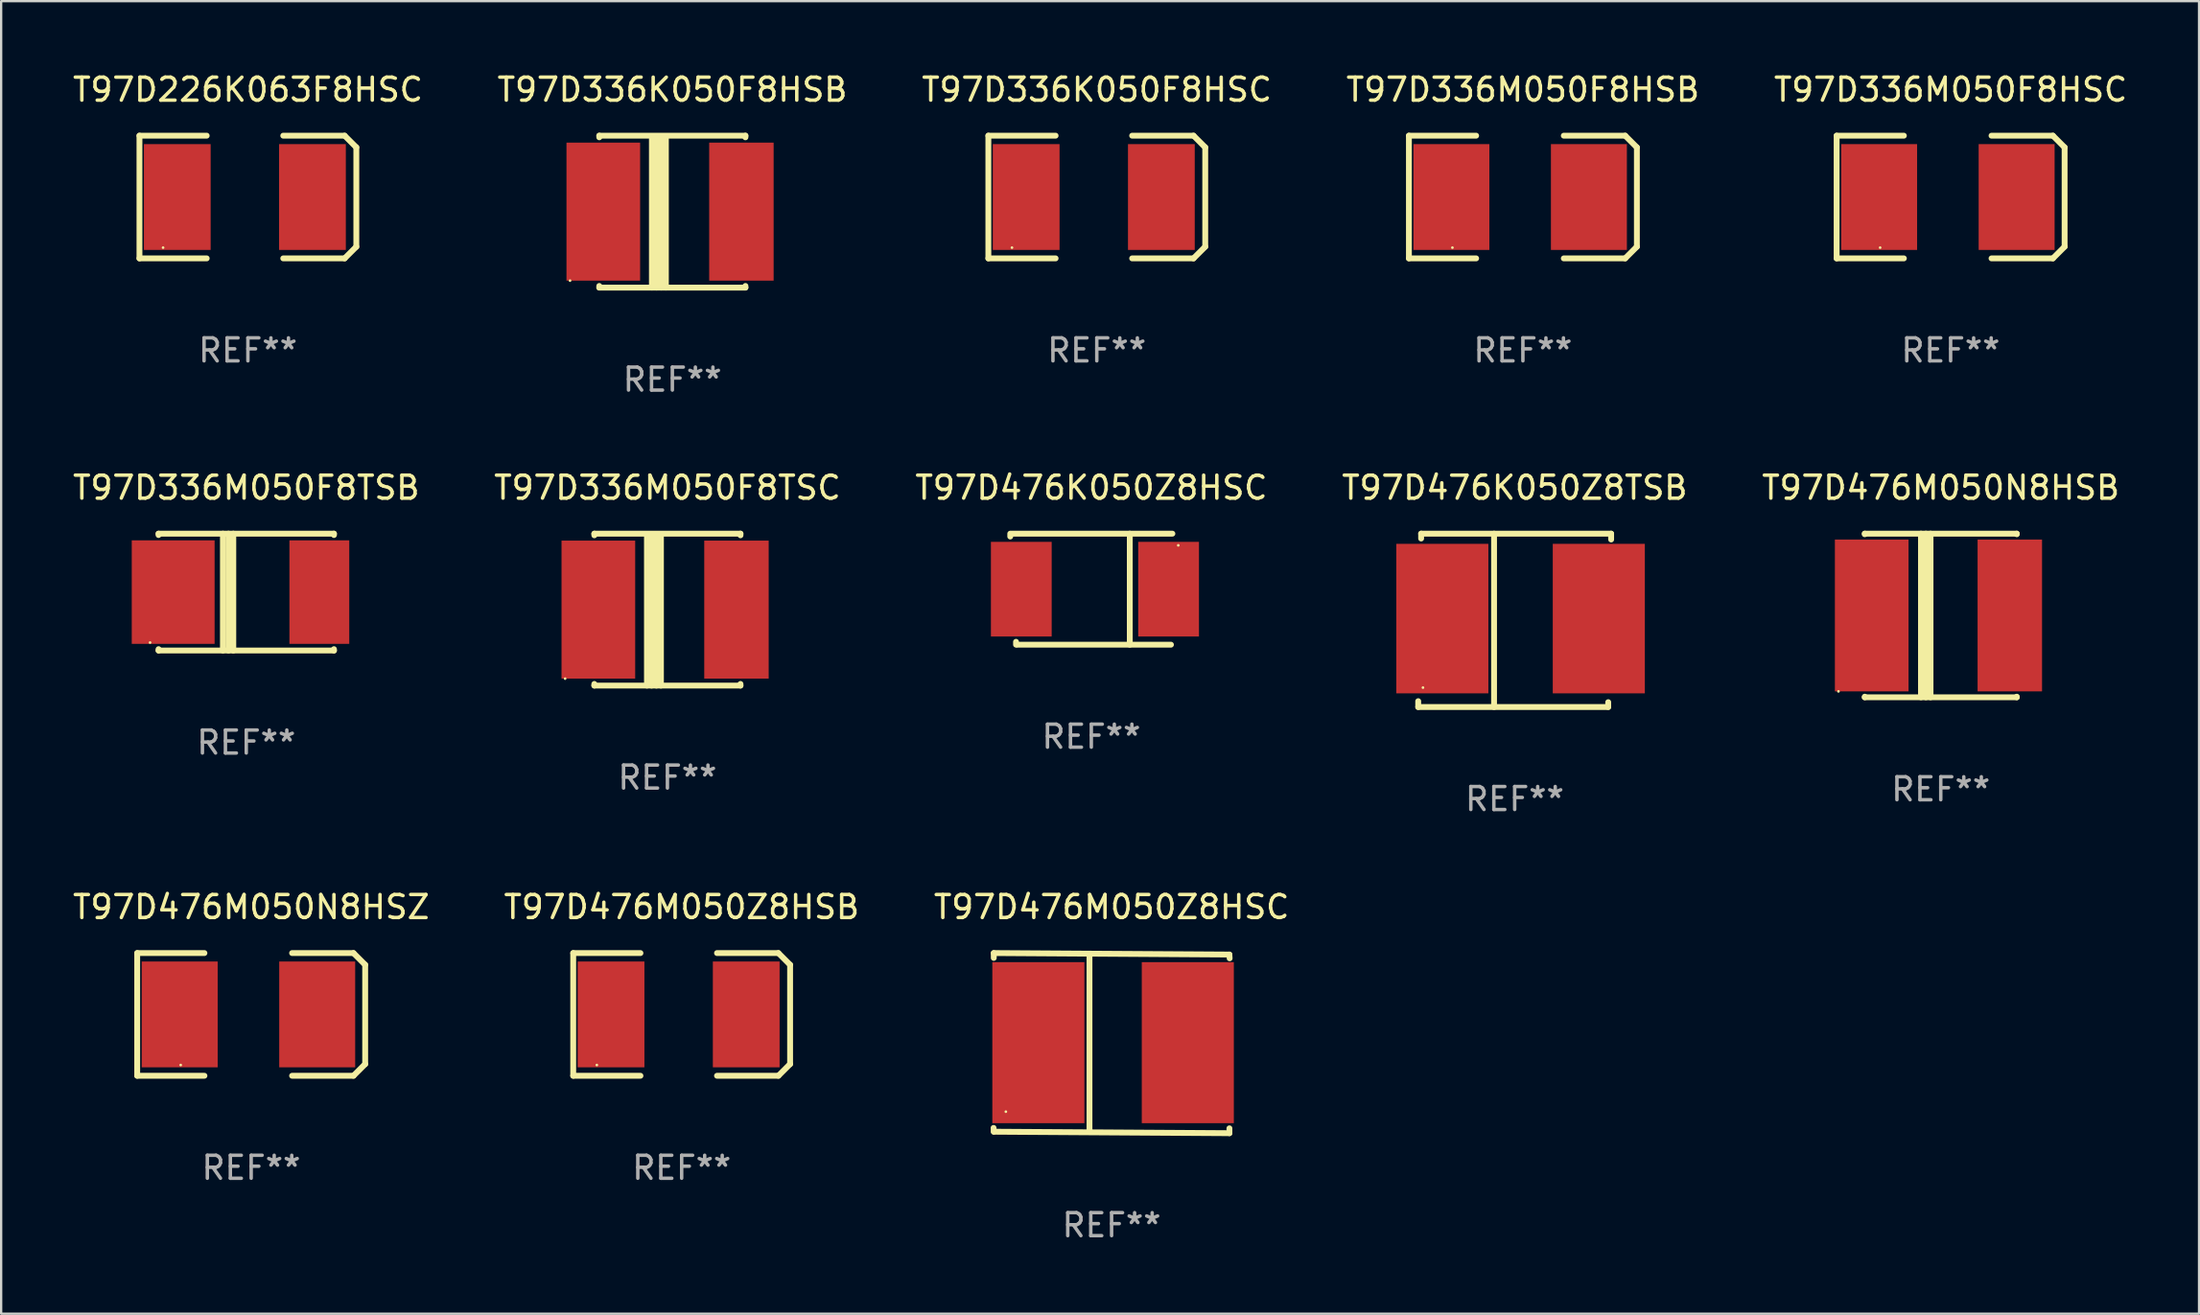
<source format=kicad_pcb>
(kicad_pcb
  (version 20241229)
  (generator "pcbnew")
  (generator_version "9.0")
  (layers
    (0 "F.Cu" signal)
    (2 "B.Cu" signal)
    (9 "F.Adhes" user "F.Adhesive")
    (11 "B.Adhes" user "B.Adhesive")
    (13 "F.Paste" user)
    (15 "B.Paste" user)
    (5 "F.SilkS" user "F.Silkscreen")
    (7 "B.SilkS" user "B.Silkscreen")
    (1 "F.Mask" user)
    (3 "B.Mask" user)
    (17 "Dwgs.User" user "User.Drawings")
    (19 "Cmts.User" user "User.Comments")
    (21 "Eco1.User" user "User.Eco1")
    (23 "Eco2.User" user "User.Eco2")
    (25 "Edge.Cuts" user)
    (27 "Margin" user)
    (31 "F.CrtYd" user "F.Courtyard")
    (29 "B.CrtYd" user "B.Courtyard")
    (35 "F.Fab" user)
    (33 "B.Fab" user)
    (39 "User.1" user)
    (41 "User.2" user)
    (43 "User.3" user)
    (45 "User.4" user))
  (footprint "T97D336K050F8HSB"
    (layer "F.Cu")
    (at 26.161 6.15)
    (property "Reference" "T97D336K050F8HSB" (at 0 -5.302 0) (layer "F.SilkS") (effects (font (size 1 1) (thickness 0.15))))
    (attr through_hole)
    (fp_line (start -3.175 -3.231) (end -3.175 -3.302) (stroke (width 0.254) (type solid)) (layer "F.SilkS"))
    (fp_line (start -3.175 3.302) (end -3.175 3.231) (stroke (width 0.254) (type solid)) (layer "F.SilkS"))
    (fp_line (start -3.175 3.302) (end 3.175 3.302) (stroke (width 0.254) (type solid)) (layer "F.SilkS"))
    (fp_line (start -0.889 -3.175) (end -0.889 3.302) (stroke (width 0.254) (type solid)) (layer "F.SilkS"))
    (fp_line (start -0.688 -3.175) (end -0.688 3.302) (stroke (width 0.254) (type solid)) (layer "F.SilkS"))
    (fp_line (start -0.478 -3.175) (end -0.478 3.302) (stroke (width 0.254) (type solid)) (layer "F.SilkS"))
    (fp_line (start -0.281 -3.175) (end -0.281 3.302) (stroke (width 0.254) (type solid)) (layer "F.SilkS"))
    (fp_line (start 3.175 -3.302) (end -3.175 -3.302) (stroke (width 0.254) (type solid)) (layer "F.SilkS"))
    (fp_line (start 3.175 -3.302) (end 3.175 -3.231) (stroke (width 0.254) (type solid)) (layer "F.SilkS"))
    (fp_line (start 3.175 3.231) (end 3.175 3.302) (stroke (width 0.254) (type solid)) (layer "F.SilkS"))
    (fp_circle (center -4.445 3) (end -4.415 3) (stroke (width 0.06) (type solid)) (fill no) (layer "F.SilkS"))
    (fp_text user "REF**" (at 0 7.302 0) (layer "F.Fab") (effects (font (size 1 1) (thickness 0.15))))
    (pad "1" smd rect (at -3 0) (size 3.2 6) (layers "F.Cu" "F.Mask" "F.Paste"))
    (pad "2" smd rect (at 3 0) (size 2.8 6) (layers "F.Cu" "F.Mask" "F.Paste")))
  (footprint "T97D476M050Z8HSC"
    (layer "F.Cu")
    (at 45.244 42.296)
    (property "Reference" "T97D476M050Z8HSC" (at 0 -5.915 0) (layer "F.SilkS") (effects (font (size 1 1) (thickness 0.15))))
    (attr through_hole)
    (fp_line (start -5.119 -3.915) (end 5.117 -3.851) (stroke (width 0.254) (type solid)) (layer "F.SilkS"))
    (fp_line (start -5.119 -3.704) (end -5.119 -3.915) (stroke (width 0.254) (type solid)) (layer "F.SilkS"))
    (fp_line (start -5.117 3.851) (end -5.128 3.686) (stroke (width 0.254) (type solid)) (layer "F.SilkS"))
    (fp_line (start -0.961 -3.801) (end -0.961 3.824) (stroke (width 0.254) (type solid)) (layer "F.SilkS"))
    (fp_line (start 5.117 -3.851) (end 5.128 -3.686) (stroke (width 0.254) (type solid)) (layer "F.SilkS"))
    (fp_line (start 5.119 3.704) (end 5.119 3.915) (stroke (width 0.254) (type solid)) (layer "F.SilkS"))
    (fp_line (start 5.119 3.915) (end -5.117 3.851) (stroke (width 0.254) (type solid)) (layer "F.SilkS"))
    (fp_circle (center -4.594 2.98) (end -4.564 2.98) (stroke (width 0.06) (type solid)) (fill no) (layer "F.SilkS"))
    (fp_text user "REF**" (at 0 7.915 0) (layer "F.Fab") (effects (font (size 1 1) (thickness 0.15))))
    (pad "1" smd rect (at -3.182 -0.02) (size 4 7) (layers "F.Cu" "F.Mask" "F.Paste"))
    (pad "2" smd rect (at 3.311 -0.02) (size 4 7) (layers "F.Cu" "F.Mask" "F.Paste")))
  (footprint "T97D336M050F8TSB"
    (layer "F.Cu")
    (at 7.649 22.689)
    (property "Reference" "T97D336M050F8TSB" (at 0 -4.54 0) (layer "F.SilkS") (effects (font (size 1 1) (thickness 0.15))))
    (attr through_hole)
    (fp_line (start -3.81 -2.54) (end -3.81 -2.481) (stroke (width 0.254) (type solid)) (layer "F.SilkS"))
    (fp_line (start -3.81 -2.54) (end 3.81 -2.54) (stroke (width 0.254) (type solid)) (layer "F.SilkS"))
    (fp_line (start -3.81 2.481) (end -3.81 2.54) (stroke (width 0.254) (type solid)) (layer "F.SilkS"))
    (fp_line (start -3.81 2.54) (end 3.81 2.54) (stroke (width 0.254) (type solid)) (layer "F.SilkS"))
    (fp_line (start -1.014 -2.54) (end -1.014 2.54) (stroke (width 0.254) (type solid)) (layer "F.SilkS"))
    (fp_line (start -0.774 -2.54) (end -0.774 2.54) (stroke (width 0.254) (type solid)) (layer "F.SilkS"))
    (fp_line (start -0.563 -2.54) (end -0.563 2.54) (stroke (width 0.254) (type solid)) (layer "F.SilkS"))
    (fp_line (start 3.81 -2.481) (end 3.81 -2.54) (stroke (width 0.254) (type solid)) (layer "F.SilkS"))
    (fp_line (start 3.81 2.54) (end 3.81 2.481) (stroke (width 0.254) (type solid)) (layer "F.SilkS"))
    (fp_circle (center -4.179 2.194) (end -4.149 2.194) (stroke (width 0.06) (type solid)) (fill no) (layer "F.SilkS"))
    (fp_text user "REF**" (at 0 6.54 0) (layer "F.Fab") (effects (font (size 1 1) (thickness 0.15))))
    (pad "1" smd rect (at -3.175 0.000076) (size 3.6 4.5) (layers "F.Cu" "F.Mask" "F.Paste"))
    (pad "2" smd rect (at 3.175 0.000076) (size 2.6 4.5) (layers "F.Cu" "F.Mask" "F.Paste")))
  (footprint "T97D336K050F8HSC"
    (layer "F.Cu")
    (at 44.601 5.515)
    (property "Reference" "T97D336K050F8HSC" (at 0 -4.667 0) (layer "F.SilkS") (effects (font (size 1 1) (thickness 0.15))))
    (attr through_hole)
    (fp_line (start -4.711 -2.667) (end -4.711 2.667) (stroke (width 0.254) (type solid)) (layer "F.SilkS"))
    (fp_line (start -4.711 -2.667) (end -1.79 -2.667) (stroke (width 0.254) (type solid)) (layer "F.SilkS"))
    (fp_line (start -4.711 2.667) (end -1.79 2.667) (stroke (width 0.254) (type solid)) (layer "F.SilkS"))
    (fp_line (start 4.203 -2.667) (end 1.536 -2.667) (stroke (width 0.254) (type solid)) (layer "F.SilkS"))
    (fp_line (start 4.203 2.667) (end 1.536 2.667) (stroke (width 0.254) (type solid)) (layer "F.SilkS"))
    (fp_line (start 4.203 2.667) (end 4.711 2.159) (stroke (width 0.254) (type solid)) (layer "F.SilkS"))
    (fp_line (start 4.711 -2.159) (end 4.203 -2.667) (stroke (width 0.254) (type solid)) (layer "F.SilkS"))
    (fp_line (start 4.711 2.159) (end 4.711 -2.159) (stroke (width 0.254) (type solid)) (layer "F.SilkS"))
    (fp_circle (center -3.685 2.2) (end -3.655 2.2) (stroke (width 0.06) (type solid)) (fill no) (layer "F.SilkS"))
    (fp_text user "REF**" (at 0 6.667 0) (layer "F.Fab") (effects (font (size 1 1) (thickness 0.15))))
    (pad "1" smd rect (at -3.068 0) (size 2.9 4.6) (layers "F.Cu" "F.Mask" "F.Paste"))
    (pad "2" smd rect (at 2.805 0) (size 2.9 4.6) (layers "F.Cu" "F.Mask" "F.Paste")))
  (footprint "T97D476M050Z8HSB"
    (layer "F.Cu")
    (at 26.565 41.048)
    (property "Reference" "T97D476M050Z8HSB" (at 0 -4.667 0) (layer "F.SilkS") (effects (font (size 1 1) (thickness 0.15))))
    (attr through_hole)
    (fp_line (start -4.711 -2.667) (end -4.711 2.667) (stroke (width 0.254) (type solid)) (layer "F.SilkS"))
    (fp_line (start -4.711 -2.667) (end -1.79 -2.667) (stroke (width 0.254) (type solid)) (layer "F.SilkS"))
    (fp_line (start -4.711 2.667) (end -1.79 2.667) (stroke (width 0.254) (type solid)) (layer "F.SilkS"))
    (fp_line (start 4.203 -2.667) (end 1.536 -2.667) (stroke (width 0.254) (type solid)) (layer "F.SilkS"))
    (fp_line (start 4.203 2.667) (end 1.536 2.667) (stroke (width 0.254) (type solid)) (layer "F.SilkS"))
    (fp_line (start 4.203 2.667) (end 4.711 2.159) (stroke (width 0.254) (type solid)) (layer "F.SilkS"))
    (fp_line (start 4.711 -2.159) (end 4.203 -2.667) (stroke (width 0.254) (type solid)) (layer "F.SilkS"))
    (fp_line (start 4.711 2.159) (end 4.711 -2.159) (stroke (width 0.254) (type solid)) (layer "F.SilkS"))
    (fp_circle (center -3.685 2.2) (end -3.655 2.2) (stroke (width 0.06) (type solid)) (fill no) (layer "F.SilkS"))
    (fp_text user "REF**" (at 0 6.667 0) (layer "F.Fab") (effects (font (size 1 1) (thickness 0.15))))
    (pad "1" smd rect (at -3.068 0) (size 2.9 4.6) (layers "F.Cu" "F.Mask" "F.Paste"))
    (pad "2" smd rect (at 2.805 0) (size 2.9 4.6) (layers "F.Cu" "F.Mask" "F.Paste")))
  (footprint "T97D336M050F8TSC"
    (layer "F.Cu")
    (at 25.946 23.451)
    (property "Reference" "T97D336M050F8TSC" (at 0 -5.302 0) (layer "F.SilkS") (effects (font (size 1 1) (thickness 0.15))))
    (attr through_hole)
    (fp_line (start -3.175 -3.231) (end -3.175 -3.302) (stroke (width 0.254) (type solid)) (layer "F.SilkS"))
    (fp_line (start -3.175 3.302) (end -3.175 3.231) (stroke (width 0.254) (type solid)) (layer "F.SilkS"))
    (fp_line (start -3.175 3.302) (end 3.175 3.302) (stroke (width 0.254) (type solid)) (layer "F.SilkS"))
    (fp_line (start -0.889 -3.175) (end -0.889 3.302) (stroke (width 0.254) (type solid)) (layer "F.SilkS"))
    (fp_line (start -0.688 -3.175) (end -0.688 3.302) (stroke (width 0.254) (type solid)) (layer "F.SilkS"))
    (fp_line (start -0.478 -3.175) (end -0.478 3.302) (stroke (width 0.254) (type solid)) (layer "F.SilkS"))
    (fp_line (start -0.281 -3.175) (end -0.281 3.302) (stroke (width 0.254) (type solid)) (layer "F.SilkS"))
    (fp_line (start 3.175 -3.302) (end -3.175 -3.302) (stroke (width 0.254) (type solid)) (layer "F.SilkS"))
    (fp_line (start 3.175 -3.302) (end 3.175 -3.231) (stroke (width 0.254) (type solid)) (layer "F.SilkS"))
    (fp_line (start 3.175 3.231) (end 3.175 3.302) (stroke (width 0.254) (type solid)) (layer "F.SilkS"))
    (fp_circle (center -4.445 3) (end -4.415 3) (stroke (width 0.06) (type solid)) (fill no) (layer "F.SilkS"))
    (fp_text user "REF**" (at 0 7.302 0) (layer "F.Fab") (effects (font (size 1 1) (thickness 0.15))))
    (pad "1" smd rect (at -3 0) (size 3.2 6) (layers "F.Cu" "F.Mask" "F.Paste"))
    (pad "2" smd rect (at 3 0) (size 2.8 6) (layers "F.Cu" "F.Mask" "F.Paste")))
  (footprint "T97D336M050F8HSC"
    (layer "F.Cu")
    (at 81.696 5.515)
    (property "Reference" "T97D336M050F8HSC" (at 0 -4.667 0) (layer "F.SilkS") (effects (font (size 1 1) (thickness 0.15))))
    (attr through_hole)
    (fp_line (start -4.952 -2.667) (end -4.952 2.667) (stroke (width 0.254) (type solid)) (layer "F.SilkS"))
    (fp_line (start -4.952 -2.667) (end -2.031 -2.667) (stroke (width 0.254) (type solid)) (layer "F.SilkS"))
    (fp_line (start -4.952 2.667) (end -2.031 2.667) (stroke (width 0.254) (type solid)) (layer "F.SilkS"))
    (fp_line (start 4.444 -2.667) (end 1.777 -2.667) (stroke (width 0.254) (type solid)) (layer "F.SilkS"))
    (fp_line (start 4.444 2.667) (end 1.777 2.667) (stroke (width 0.254) (type solid)) (layer "F.SilkS"))
    (fp_line (start 4.444 2.667) (end 4.952 2.159) (stroke (width 0.254) (type solid)) (layer "F.SilkS"))
    (fp_line (start 4.952 -2.159) (end 4.444 -2.667) (stroke (width 0.254) (type solid)) (layer "F.SilkS"))
    (fp_line (start 4.952 2.159) (end 4.952 -2.159) (stroke (width 0.254) (type solid)) (layer "F.SilkS"))
    (fp_circle (center -3.062 2.2) (end -3.032 2.2) (stroke (width 0.06) (type solid)) (fill no) (layer "F.SilkS"))
    (fp_text user "REF**" (at 0 6.667 0) (layer "F.Fab") (effects (font (size 1 1) (thickness 0.15))))
    (pad "1" smd rect (at -3.106 0) (size 3.3 4.6) (layers "F.Cu" "F.Mask" "F.Paste"))
    (pad "2" smd rect (at 2.868 0) (size 3.3 4.6) (layers "F.Cu" "F.Mask" "F.Paste")))
  (footprint "T97D476M050N8HSB"
    (layer "F.Cu")
    (at 81.268 23.705)
    (property "Reference" "T97D476M050N8HSB" (at 0 -5.556 0) (layer "F.SilkS") (effects (font (size 1 1) (thickness 0.15))))
    (attr through_hole)
    (fp_line (start -3.302 -3.556) (end 3.302 -3.556) (stroke (width 0.254) (type solid)) (layer "F.SilkS"))
    (fp_line (start -3.302 -3.531) (end -3.302 -3.556) (stroke (width 0.254) (type solid)) (layer "F.SilkS"))
    (fp_line (start -3.302 3.556) (end -3.302 3.531) (stroke (width 0.254) (type solid)) (layer "F.SilkS"))
    (fp_line (start -0.86 -3.556) (end -0.86 3.556) (stroke (width 0.254) (type solid)) (layer "F.SilkS"))
    (fp_line (start -0.646 3.556) (end -0.646 -3.556) (stroke (width 0.254) (type solid)) (layer "F.SilkS"))
    (fp_line (start -0.445 -3.556) (end -0.445 3.556) (stroke (width 0.254) (type solid)) (layer "F.SilkS"))
    (fp_line (start 3.302 -3.556) (end 3.302 -3.531) (stroke (width 0.254) (type solid)) (layer "F.SilkS"))
    (fp_line (start 3.302 3.531) (end 3.302 3.556) (stroke (width 0.254) (type solid)) (layer "F.SilkS"))
    (fp_line (start 3.302 3.556) (end -3.302 3.556) (stroke (width 0.254) (type solid)) (layer "F.SilkS"))
    (fp_circle (center -4.445 3.3) (end -4.415 3.3) (stroke (width 0.06) (type solid)) (fill no) (layer "F.SilkS"))
    (fp_text user "REF**" (at 0 7.556 0) (layer "F.Fab") (effects (font (size 1 1) (thickness 0.15))))
    (pad "1" smd rect (at -3 0) (size 3.2 6.6) (layers "F.Cu" "F.Mask" "F.Paste"))
    (pad "2" smd rect (at 3 0) (size 2.8 6.6) (layers "F.Cu" "F.Mask" "F.Paste")))
  (footprint "T97D476K050Z8HSC"
    (layer "F.Cu")
    (at 44.363 22.562)
    (property "Reference" "T97D476K050Z8HSC" (at 0 -4.413 0) (layer "F.SilkS") (effects (font (size 1 1) (thickness 0.15))))
    (attr through_hole)
    (fp_line (start -3.522 -2.413) (end -3.522 -2.289) (stroke (width 0.254) (type solid)) (layer "F.SilkS"))
    (fp_line (start -3.271 2.413) (end -3.271 2.289) (stroke (width 0.254) (type solid)) (layer "F.SilkS"))
    (fp_line (start 1.671 -2.413) (end 1.671 2.413) (stroke (width 0.254) (type solid)) (layer "F.SilkS"))
    (fp_line (start 3.46 2.413) (end -3.21 2.413) (stroke (width 0.254) (type solid)) (layer "F.SilkS"))
    (fp_line (start 3.522 -2.413) (end -3.461 -2.413) (stroke (width 0.254) (type solid)) (layer "F.SilkS"))
    (fp_circle (center 3.778 -1.905) (end 3.808 -1.905) (stroke (width 0.06) (type solid)) (fill no) (layer "F.SilkS"))
    (fp_text user "REF**" (at 0 6.413 0) (layer "F.Fab") (effects (font (size 1 1) (thickness 0.15))))
    (pad "1" smd rect (at 3.357 0) (size 2.64 4.115) (layers "F.Cu" "F.Mask" "F.Paste"))
    (pad "2" smd rect (at -3.042 0) (size 2.64 4.115) (layers "F.Cu" "F.Mask" "F.Paste")))
  (footprint "T97D476K050Z8TSB"
    (layer "F.Cu")
    (at 62.756 23.917)
    (property "Reference" "T97D476K050Z8TSB" (at 0 -5.768 0) (layer "F.SilkS") (effects (font (size 1 1) (thickness 0.15))))
    (attr through_hole)
    (fp_line (start -4.191 3.768) (end -4.191 3.514) (stroke (width 0.254) (type solid)) (layer "F.SilkS"))
    (fp_line (start -4.064 -3.768) (end 4.191 -3.768) (stroke (width 0.254) (type solid)) (layer "F.SilkS"))
    (fp_line (start -4.064 -3.557) (end -4.064 -3.768) (stroke (width 0.254) (type solid)) (layer "F.SilkS"))
    (fp_line (start -0.896 -3.768) (end -0.896 3.768) (stroke (width 0.254) (type solid)) (layer "F.SilkS"))
    (fp_line (start 4.064 3.557) (end 4.064 3.768) (stroke (width 0.254) (type solid)) (layer "F.SilkS"))
    (fp_line (start 4.064 3.768) (end -4.191 3.768) (stroke (width 0.254) (type solid)) (layer "F.SilkS"))
    (fp_line (start 4.191 -3.768) (end 4.191 -3.514) (stroke (width 0.254) (type solid)) (layer "F.SilkS"))
    (fp_circle (center -3.985 2.924) (end -3.955 2.924) (stroke (width 0.06) (type solid)) (fill no) (layer "F.SilkS"))
    (fp_text user "REF**" (at 0 7.768 0) (layer "F.Fab") (effects (font (size 1 1) (thickness 0.15))))
    (pad "1" smd rect (at -3.143 -0.076 270) (size 6.5 4) (layers "F.Cu" "F.Mask" "F.Paste"))
    (pad "2" smd rect (at 3.655 -0.076 270) (size 6.5 4) (layers "F.Cu" "F.Mask" "F.Paste")))
  (footprint "T97D476M050N8HSZ"
    (layer "F.Cu")
    (at 7.863 41.048)
    (property "Reference" "T97D476M050N8HSZ" (at 0 -4.667 0) (layer "F.SilkS") (effects (font (size 1 1) (thickness 0.15))))
    (attr through_hole)
    (fp_line (start -4.952 -2.667) (end -4.952 2.667) (stroke (width 0.254) (type solid)) (layer "F.SilkS"))
    (fp_line (start -4.952 -2.667) (end -2.031 -2.667) (stroke (width 0.254) (type solid)) (layer "F.SilkS"))
    (fp_line (start -4.952 2.667) (end -2.031 2.667) (stroke (width 0.254) (type solid)) (layer "F.SilkS"))
    (fp_line (start 4.444 -2.667) (end 1.777 -2.667) (stroke (width 0.254) (type solid)) (layer "F.SilkS"))
    (fp_line (start 4.444 2.667) (end 1.777 2.667) (stroke (width 0.254) (type solid)) (layer "F.SilkS"))
    (fp_line (start 4.444 2.667) (end 4.952 2.159) (stroke (width 0.254) (type solid)) (layer "F.SilkS"))
    (fp_line (start 4.952 -2.159) (end 4.444 -2.667) (stroke (width 0.254) (type solid)) (layer "F.SilkS"))
    (fp_line (start 4.952 2.159) (end 4.952 -2.159) (stroke (width 0.254) (type solid)) (layer "F.SilkS"))
    (fp_circle (center -3.062 2.2) (end -3.032 2.2) (stroke (width 0.06) (type solid)) (fill no) (layer "F.SilkS"))
    (fp_text user "REF**" (at 0 6.667 0) (layer "F.Fab") (effects (font (size 1 1) (thickness 0.15))))
    (pad "1" smd rect (at -3.106 0) (size 3.3 4.6) (layers "F.Cu" "F.Mask" "F.Paste"))
    (pad "2" smd rect (at 2.868 0) (size 3.3 4.6) (layers "F.Cu" "F.Mask" "F.Paste")))
  (footprint "T97D336M050F8HSB"
    (layer "F.Cu")
    (at 63.113 5.515)
    (property "Reference" "T97D336M050F8HSB" (at 0 -4.667 0) (layer "F.SilkS") (effects (font (size 1 1) (thickness 0.15))))
    (attr through_hole)
    (fp_line (start -4.952 -2.667) (end -4.952 2.667) (stroke (width 0.254) (type solid)) (layer "F.SilkS"))
    (fp_line (start -4.952 -2.667) (end -2.031 -2.667) (stroke (width 0.254) (type solid)) (layer "F.SilkS"))
    (fp_line (start -4.952 2.667) (end -2.031 2.667) (stroke (width 0.254) (type solid)) (layer "F.SilkS"))
    (fp_line (start 4.444 -2.667) (end 1.777 -2.667) (stroke (width 0.254) (type solid)) (layer "F.SilkS"))
    (fp_line (start 4.444 2.667) (end 1.777 2.667) (stroke (width 0.254) (type solid)) (layer "F.SilkS"))
    (fp_line (start 4.444 2.667) (end 4.952 2.159) (stroke (width 0.254) (type solid)) (layer "F.SilkS"))
    (fp_line (start 4.952 -2.159) (end 4.444 -2.667) (stroke (width 0.254) (type solid)) (layer "F.SilkS"))
    (fp_line (start 4.952 2.159) (end 4.952 -2.159) (stroke (width 0.254) (type solid)) (layer "F.SilkS"))
    (fp_circle (center -3.062 2.2) (end -3.032 2.2) (stroke (width 0.06) (type solid)) (fill no) (layer "F.SilkS"))
    (fp_text user "REF**" (at 0 6.667 0) (layer "F.Fab") (effects (font (size 1 1) (thickness 0.15))))
    (pad "1" smd rect (at -3.106 0) (size 3.3 4.6) (layers "F.Cu" "F.Mask" "F.Paste"))
    (pad "2" smd rect (at 2.868 0) (size 3.3 4.6) (layers "F.Cu" "F.Mask" "F.Paste")))
  (footprint "T97D226K063F8HSC"
    (layer "F.Cu")
    (at 7.72 5.515)
    (property "Reference" "T97D226K063F8HSC" (at 0 -4.667 0) (layer "F.SilkS") (effects (font (size 1 1) (thickness 0.15))))
    (attr through_hole)
    (fp_line (start -4.711 -2.667) (end -4.711 2.667) (stroke (width 0.254) (type solid)) (layer "F.SilkS"))
    (fp_line (start -4.711 -2.667) (end -1.79 -2.667) (stroke (width 0.254) (type solid)) (layer "F.SilkS"))
    (fp_line (start -4.711 2.667) (end -1.79 2.667) (stroke (width 0.254) (type solid)) (layer "F.SilkS"))
    (fp_line (start 4.203 -2.667) (end 1.536 -2.667) (stroke (width 0.254) (type solid)) (layer "F.SilkS"))
    (fp_line (start 4.203 2.667) (end 1.536 2.667) (stroke (width 0.254) (type solid)) (layer "F.SilkS"))
    (fp_line (start 4.203 2.667) (end 4.711 2.159) (stroke (width 0.254) (type solid)) (layer "F.SilkS"))
    (fp_line (start 4.711 -2.159) (end 4.203 -2.667) (stroke (width 0.254) (type solid)) (layer "F.SilkS"))
    (fp_line (start 4.711 2.159) (end 4.711 -2.159) (stroke (width 0.254) (type solid)) (layer "F.SilkS"))
    (fp_circle (center -3.685 2.2) (end -3.655 2.2) (stroke (width 0.06) (type solid)) (fill no) (layer "F.SilkS"))
    (fp_text user "REF**" (at 0 6.667 0) (layer "F.Fab") (effects (font (size 1 1) (thickness 0.15))))
    (pad "1" smd rect (at -3.068 0) (size 2.9 4.6) (layers "F.Cu" "F.Mask" "F.Paste"))
    (pad "2" smd rect (at 2.805 0) (size 2.9 4.6) (layers "F.Cu" "F.Mask" "F.Paste")))
  (gr_rect
    (start -3 -3)
    (end 92.488 54.059)
    (stroke (width 0.1) (type default))
    (fill no)
    (layer "Edge.Cuts")))
</source>
